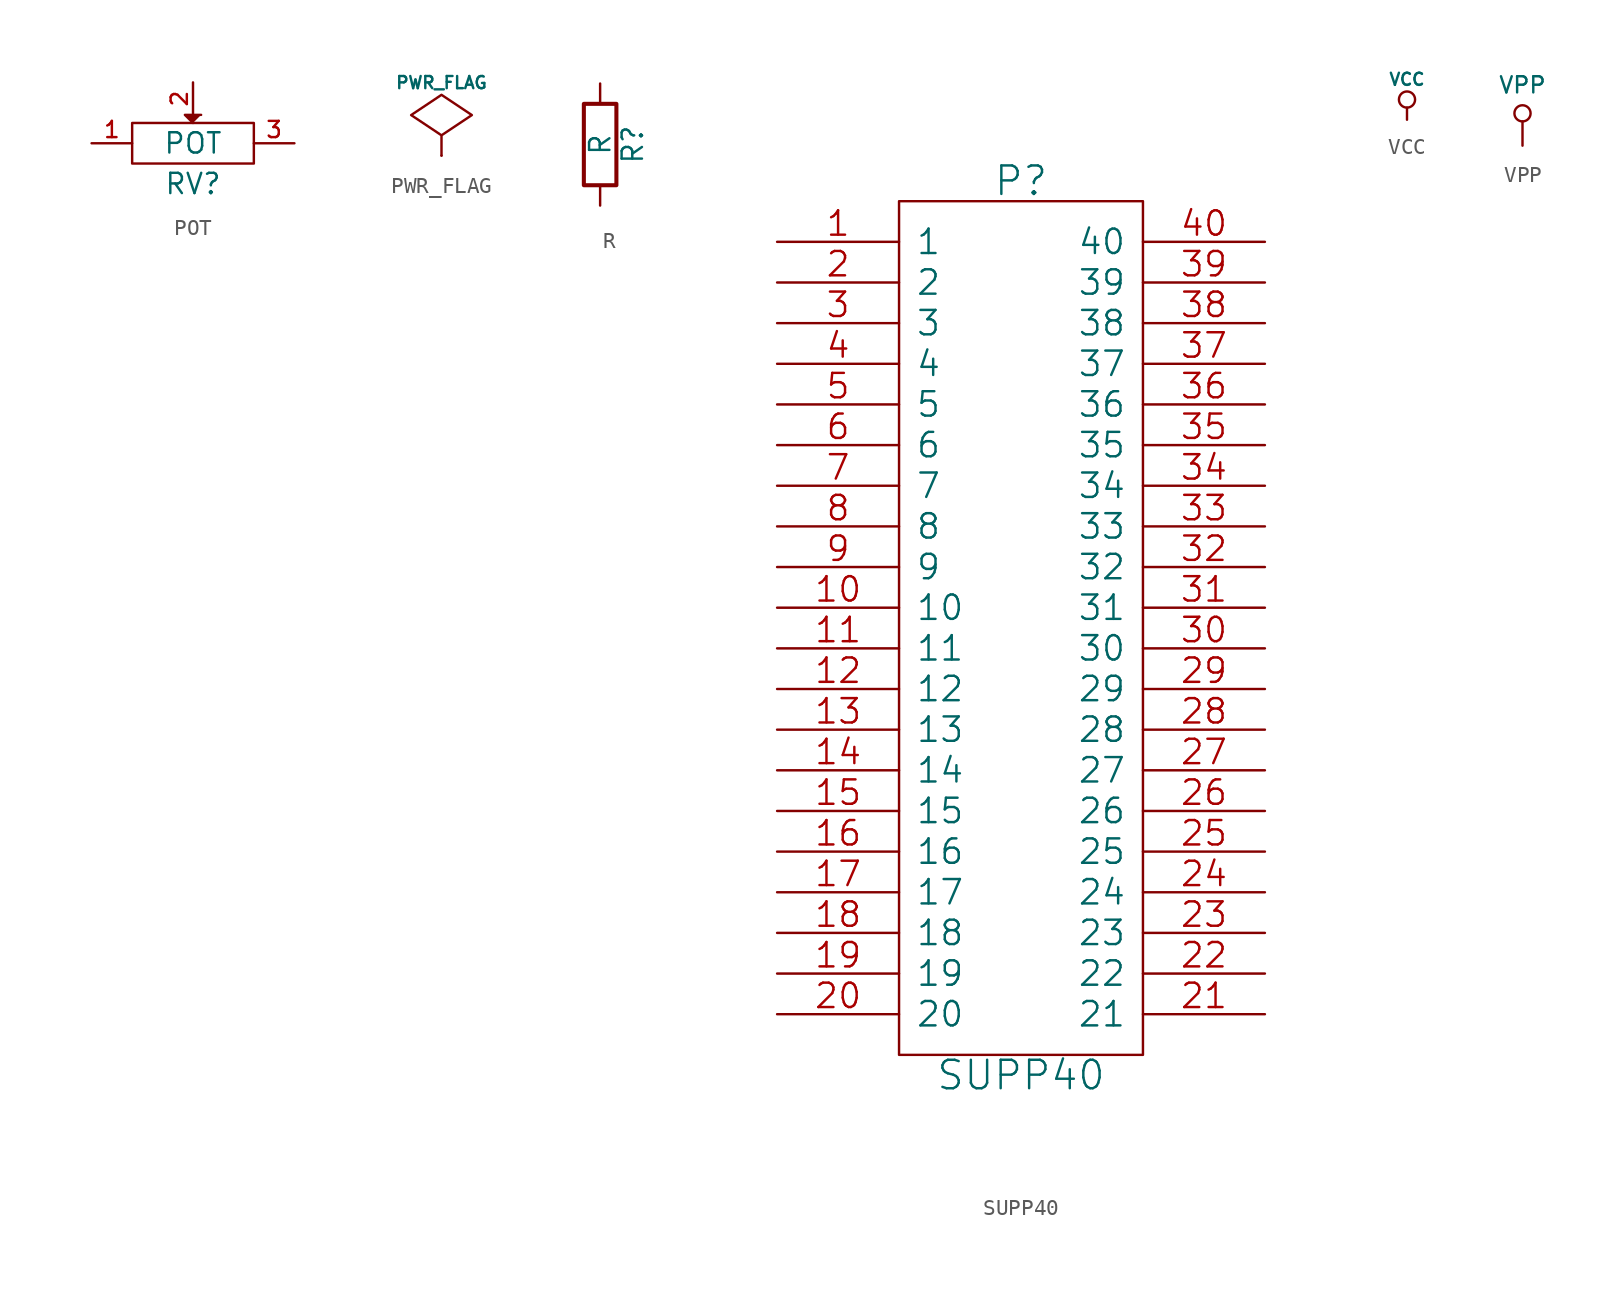
<source format=kicad_sym>
(kicad_symbol_lib
  (version 20201005)
  (generator kicad_symbol_editor)
  (symbol "pic_programmer_schlib:POT"
    (pin_names
      (offset 1.016) hide)
    (property "Reference" "RV"
      (at 0 -2.54 0)
      (effects (font (size 1.27 1.27))))
    (property "Value" "POT"
      (at 0 0 0)
      (effects (font (size 1.27 1.27))))
    (property "Footprint" ""
      (at 0 0 0)
      (effects (font (size 1.524 1.524))))
    (property "Datasheet" ""
      (at 0 0 0)
      (effects (font (size 1.524 1.524))))
    (symbol "POT_0_1"
      (rectangle (start -3.81 1.27) (end 3.81 -1.27) (stroke (width 0)) (fill (type none)))
      (polyline (pts (xy 0 1.27) (xy -0.508 1.778) (xy 0.508 1.778)) (stroke (width 0)) (fill (type outline))))
    (symbol "POT_1_1"
      (pin passive line (at -6.35 0 0) (length 2.54) (name "1" (effects (font (size 1.016 1.016)))) (number "1" (effects (font (size 1.016 1.016)))))
      (pin passive line (at 0 3.81 270) (length 2.032) (name "2" (effects (font (size 1.016 1.016)))) (number "2" (effects (font (size 1.016 1.016)))))
      (pin passive line (at 6.35 0 180) (length 2.54) (name "3" (effects (font (size 1.016 1.016)))) (number "3" (effects (font (size 1.016 1.016)))))))
  (symbol "pic_programmer_schlib:PWR_FLAG"
    (power)
    (pin_numbers hide)
    (pin_names
      (offset 0) hide)
    (property "Reference" "#FLG"
      (at 0 2.413 0)
      (effects (font (size 0.762 0.762)) hide))
    (property "Value" "PWR_FLAG"
      (at 0 4.572 0)
      (effects (font (size 0.762 0.762))))
    (property "Footprint" ""
      (at 0 0 0)
      (effects (font (size 1.524 1.524))))
    (property "Datasheet" ""
      (at 0 0 0)
      (effects (font (size 1.524 1.524))))
    (symbol "PWR_FLAG_0_1"
      (polyline (pts (xy 0 0) (xy 0 1.27) (xy -1.905 2.54) (xy 0 3.81) (xy 1.905 2.54) (xy 0 1.27)) (stroke (width 0)) (fill (type none))))
    (symbol "PWR_FLAG_0_0"
      (pin power_out line (at 0 0 90) (length 0) (name "pwr" (effects (font (size 0.508 0.508)))) (number "1" (effects (font (size 0.508 0.508)))))))
  (symbol "pic_programmer_schlib:R"
    (pin_numbers hide)
    (pin_names
      (offset 0))
    (property "Reference" "R"
      (at 2.032 0 90)
      (effects (font (size 1.27 1.27))))
    (property "Value" "R"
      (at 0 0 90)
      (effects (font (size 1.27 1.27))))
    (property "Footprint" ""
      (at -1.778 0 90)
      (effects (font (size 0.762 0.762))))
    (property "Datasheet" ""
      (at 0 0 0)
      (effects (font (size 0.762 0.762))))
    (symbol "R_0_1"
      (rectangle (start -1.016 -2.54) (end 1.016 2.54) (stroke (width 0.254)) (fill (type none))))
    (symbol "R_1_1"
      (pin passive line (at 0 3.81 270) (length 1.27) (name "~" (effects (font (size 1.524 1.524)))) (number "1" (effects (font (size 1.524 1.524)))))
      (pin passive line (at 0 -3.81 90) (length 1.27) (name "~" (effects (font (size 1.524 1.524)))) (number "2" (effects (font (size 1.524 1.524)))))))
  (symbol "pic_programmer_schlib:SUPP40"
    (pin_names
      (offset 1.016))
    (property "Reference" "P"
      (at 0 27.94 0)
      (effects (font (size 1.778 1.778))))
    (property "Value" "SUPP40"
      (at 0 -27.94 0)
      (effects (font (size 1.778 1.778))))
    (property "Footprint" ""
      (at 0 0 0)
      (effects (font (size 1.524 1.524))))
    (property "Datasheet" ""
      (at 0 0 0)
      (effects (font (size 1.524 1.524))))
    (symbol "SUPP40_0_1"
      (rectangle (start -7.62 -26.67) (end 7.62 26.67) (stroke (width 0)) (fill (type none))))
    (symbol "SUPP40_1_1"
      (pin passive line (at -15.24 24.13 0) (length 7.62) (name "1" (effects (font (size 1.524 1.524)))) (number "1" (effects (font (size 1.524 1.524)))))
      (pin passive line (at -15.24 1.27 0) (length 7.62) (name "10" (effects (font (size 1.524 1.524)))) (number "10" (effects (font (size 1.524 1.524)))))
      (pin passive line (at -15.24 -1.27 0) (length 7.62) (name "11" (effects (font (size 1.524 1.524)))) (number "11" (effects (font (size 1.524 1.524)))))
      (pin passive line (at -15.24 -3.81 0) (length 7.62) (name "12" (effects (font (size 1.524 1.524)))) (number "12" (effects (font (size 1.524 1.524)))))
      (pin passive line (at -15.24 -6.35 0) (length 7.62) (name "13" (effects (font (size 1.524 1.524)))) (number "13" (effects (font (size 1.524 1.524)))))
      (pin passive line (at -15.24 -8.89 0) (length 7.62) (name "14" (effects (font (size 1.524 1.524)))) (number "14" (effects (font (size 1.524 1.524)))))
      (pin passive line (at -15.24 -11.43 0) (length 7.62) (name "15" (effects (font (size 1.524 1.524)))) (number "15" (effects (font (size 1.524 1.524)))))
      (pin passive line (at -15.24 -13.97 0) (length 7.62) (name "16" (effects (font (size 1.524 1.524)))) (number "16" (effects (font (size 1.524 1.524)))))
      (pin passive line (at -15.24 -16.51 0) (length 7.62) (name "17" (effects (font (size 1.524 1.524)))) (number "17" (effects (font (size 1.524 1.524)))))
      (pin passive line (at -15.24 -19.05 0) (length 7.62) (name "18" (effects (font (size 1.524 1.524)))) (number "18" (effects (font (size 1.524 1.524)))))
      (pin passive line (at -15.24 -21.59 0) (length 7.62) (name "19" (effects (font (size 1.524 1.524)))) (number "19" (effects (font (size 1.524 1.524)))))
      (pin passive line (at -15.24 21.59 0) (length 7.62) (name "2" (effects (font (size 1.524 1.524)))) (number "2" (effects (font (size 1.524 1.524)))))
      (pin passive line (at -15.24 -24.13 0) (length 7.62) (name "20" (effects (font (size 1.524 1.524)))) (number "20" (effects (font (size 1.524 1.524)))))
      (pin passive line (at 15.24 -24.13 180) (length 7.62) (name "21" (effects (font (size 1.524 1.524)))) (number "21" (effects (font (size 1.524 1.524)))))
      (pin passive line (at 15.24 -21.59 180) (length 7.62) (name "22" (effects (font (size 1.524 1.524)))) (number "22" (effects (font (size 1.524 1.524)))))
      (pin passive line (at 15.24 -19.05 180) (length 7.62) (name "23" (effects (font (size 1.524 1.524)))) (number "23" (effects (font (size 1.524 1.524)))))
      (pin passive line (at 15.24 -16.51 180) (length 7.62) (name "24" (effects (font (size 1.524 1.524)))) (number "24" (effects (font (size 1.524 1.524)))))
      (pin passive line (at 15.24 -13.97 180) (length 7.62) (name "25" (effects (font (size 1.524 1.524)))) (number "25" (effects (font (size 1.524 1.524)))))
      (pin passive line (at 15.24 -11.43 180) (length 7.62) (name "26" (effects (font (size 1.524 1.524)))) (number "26" (effects (font (size 1.524 1.524)))))
      (pin passive line (at 15.24 -8.89 180) (length 7.62) (name "27" (effects (font (size 1.524 1.524)))) (number "27" (effects (font (size 1.524 1.524)))))
      (pin passive line (at 15.24 -6.35 180) (length 7.62) (name "28" (effects (font (size 1.524 1.524)))) (number "28" (effects (font (size 1.524 1.524)))))
      (pin passive line (at 15.24 -3.81 180) (length 7.62) (name "29" (effects (font (size 1.524 1.524)))) (number "29" (effects (font (size 1.524 1.524)))))
      (pin passive line (at -15.24 19.05 0) (length 7.62) (name "3" (effects (font (size 1.524 1.524)))) (number "3" (effects (font (size 1.524 1.524)))))
      (pin passive line (at 15.24 -1.27 180) (length 7.62) (name "30" (effects (font (size 1.524 1.524)))) (number "30" (effects (font (size 1.524 1.524)))))
      (pin passive line (at 15.24 1.27 180) (length 7.62) (name "31" (effects (font (size 1.524 1.524)))) (number "31" (effects (font (size 1.524 1.524)))))
      (pin passive line (at 15.24 3.81 180) (length 7.62) (name "32" (effects (font (size 1.524 1.524)))) (number "32" (effects (font (size 1.524 1.524)))))
      (pin passive line (at 15.24 6.35 180) (length 7.62) (name "33" (effects (font (size 1.524 1.524)))) (number "33" (effects (font (size 1.524 1.524)))))
      (pin passive line (at 15.24 8.89 180) (length 7.62) (name "34" (effects (font (size 1.524 1.524)))) (number "34" (effects (font (size 1.524 1.524)))))
      (pin passive line (at 15.24 11.43 180) (length 7.62) (name "35" (effects (font (size 1.524 1.524)))) (number "35" (effects (font (size 1.524 1.524)))))
      (pin passive line (at 15.24 13.97 180) (length 7.62) (name "36" (effects (font (size 1.524 1.524)))) (number "36" (effects (font (size 1.524 1.524)))))
      (pin passive line (at 15.24 16.51 180) (length 7.62) (name "37" (effects (font (size 1.524 1.524)))) (number "37" (effects (font (size 1.524 1.524)))))
      (pin passive line (at 15.24 19.05 180) (length 7.62) (name "38" (effects (font (size 1.524 1.524)))) (number "38" (effects (font (size 1.524 1.524)))))
      (pin passive line (at 15.24 21.59 180) (length 7.62) (name "39" (effects (font (size 1.524 1.524)))) (number "39" (effects (font (size 1.524 1.524)))))
      (pin passive line (at -15.24 16.51 0) (length 7.62) (name "4" (effects (font (size 1.524 1.524)))) (number "4" (effects (font (size 1.524 1.524)))))
      (pin passive line (at 15.24 24.13 180) (length 7.62) (name "40" (effects (font (size 1.524 1.524)))) (number "40" (effects (font (size 1.524 1.524)))))
      (pin passive line (at -15.24 13.97 0) (length 7.62) (name "5" (effects (font (size 1.524 1.524)))) (number "5" (effects (font (size 1.524 1.524)))))
      (pin passive line (at -15.24 11.43 0) (length 7.62) (name "6" (effects (font (size 1.524 1.524)))) (number "6" (effects (font (size 1.524 1.524)))))
      (pin passive line (at -15.24 8.89 0) (length 7.62) (name "7" (effects (font (size 1.524 1.524)))) (number "7" (effects (font (size 1.524 1.524)))))
      (pin passive line (at -15.24 6.35 0) (length 7.62) (name "8" (effects (font (size 1.524 1.524)))) (number "8" (effects (font (size 1.524 1.524)))))
      (pin passive line (at -15.24 3.81 0) (length 7.62) (name "9" (effects (font (size 1.524 1.524)))) (number "9" (effects (font (size 1.524 1.524)))))))
  (symbol "pic_programmer_schlib:VCC"
    (power)
    (pin_names
      (offset 0))
    (property "Reference" "#PWR"
      (at 0 2.54 0)
      (effects (font (size 0.762 0.762)) hide))
    (property "Value" "VCC"
      (at 0 2.54 0)
      (effects (font (size 0.762 0.762))))
    (property "Footprint" ""
      (at 0 0 0)
      (effects (font (size 1.524 1.524))))
    (property "Datasheet" ""
      (at 0 0 0)
      (effects (font (size 1.524 1.524))))
    (symbol "VCC_0_1"
      (circle (center 0 1.27) (radius 0.508) (stroke (width 0)) (fill (type none)))
      (polyline (pts (xy 0 0) (xy 0 0.762) (xy 0 0.762)) (stroke (width 0)) (fill (type none))))
    (symbol "VCC_0_0"
      (pin power_in line (at 0 0 90) (length 0) hide (name "VCC" (effects (font (size 0.508 0.508)))) (number "1" (effects (font (size 0.508 0.508)))))))
  (symbol "pic_programmer_schlib:VPP"
    (pin_names
      (offset 0))
    (property "Reference" "#PWR"
      (at 0 5.08 0)
      (effects (font (size 1.016 1.016)) hide))
    (property "Value" "VPP"
      (at 0 3.81 0)
      (effects (font (size 1.016 1.016))))
    (property "Footprint" ""
      (at 0 0 0)
      (effects (font (size 1.524 1.524))))
    (property "Datasheet" ""
      (at 0 0 0)
      (effects (font (size 1.524 1.524))))
    (symbol "VPP_0_1"
      (circle (center 0 2.032) (radius 0.508) (stroke (width 0)) (fill (type none)))
      (polyline (pts (xy 0 1.524) (xy 0 0)) (stroke (width 0)) (fill (type none))))
    (symbol "VPP_0_0"
      (pin power_in line (at 0 0 90) (length 0) hide (name "VPP" (effects (font (size 1.016 1.016)))) (number "1" (effects (font (size 1.016 1.016))))))))
</source>
